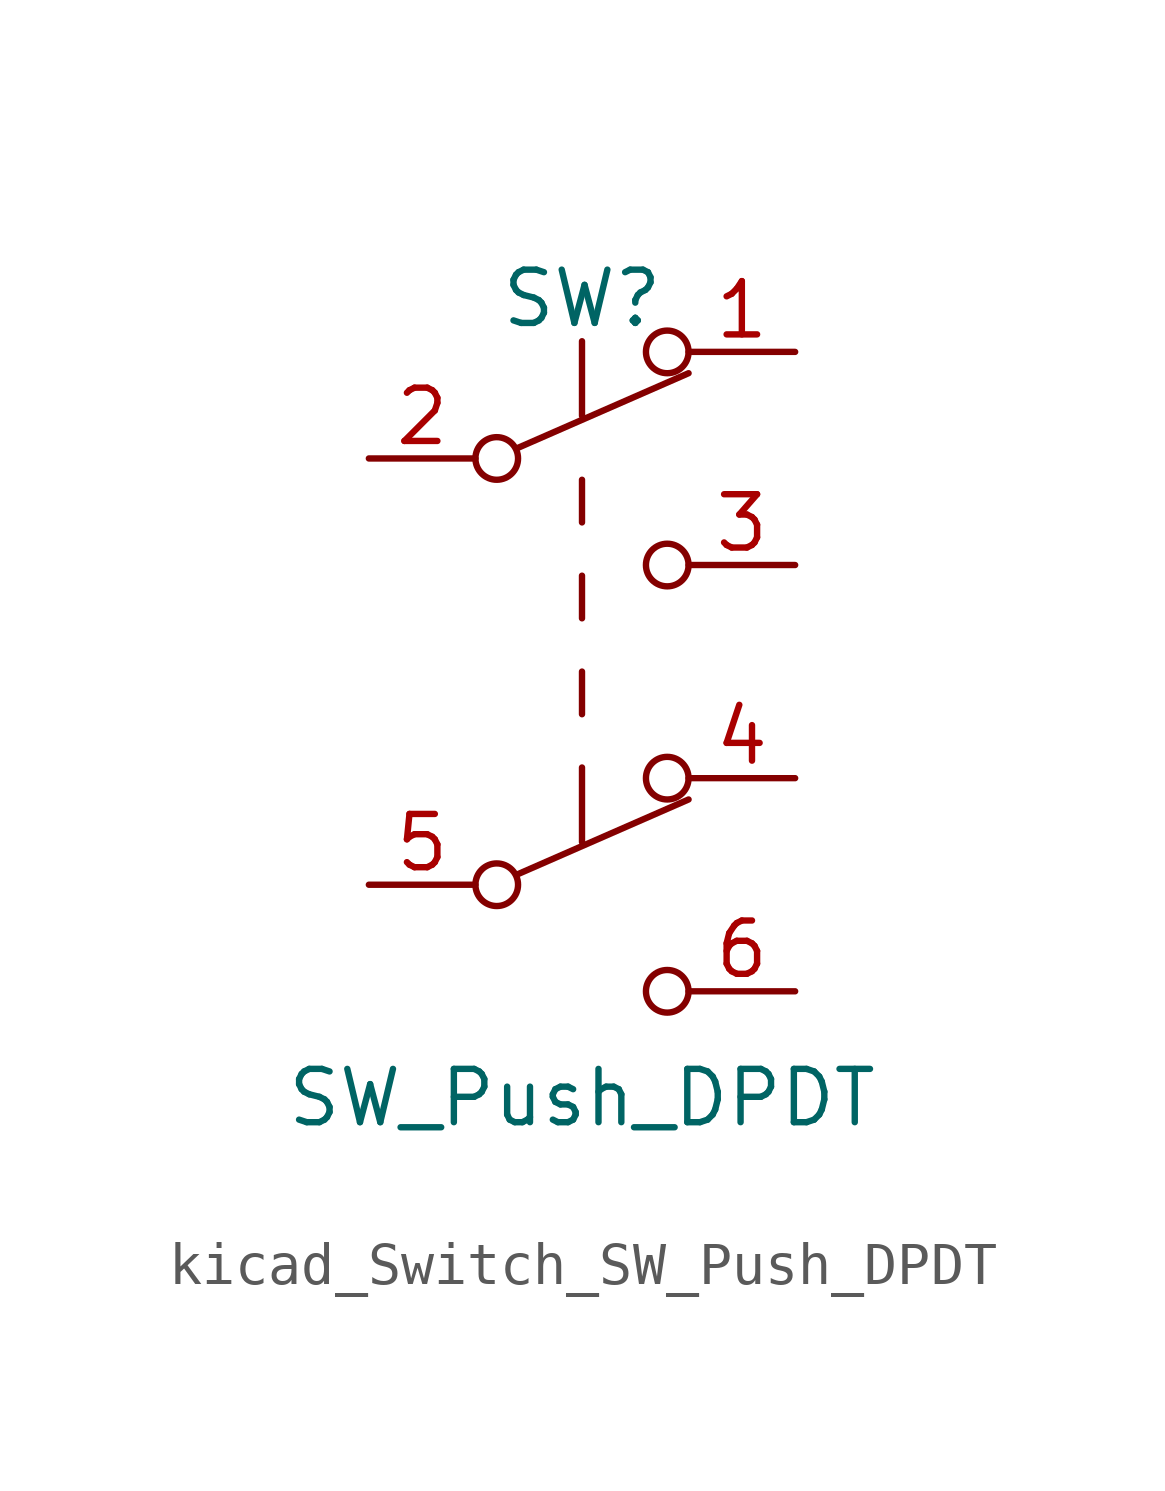
<source format=kicad_sym>
(kicad_symbol_lib
  (version 20220914)
  (generator kicad_symbol_editor)
  (symbol "kicad_Switch_SW_Push_DPDT"
    (pin_names
      (offset 0) hide)
    (property "Reference" "SW"
      (at 0 8.89 0)
      (effects (font (size 1.27 1.27))))
    (property "Value" "SW_Push_DPDT"
      (at 0 -10.16 0)
      (effects (font (size 1.27 1.27))))
    (symbol "kicad_Switch_SW_Push_DPDT_0_0"
      (circle (center -2.032 -5.08) (radius 0.508) (stroke (width 0) (type default)) (fill (type none)))
      (circle (center -2.032 5.08) (radius 0.508) (stroke (width 0) (type default)) (fill (type none)))
      (circle (center 2.032 -7.62) (radius 0.508) (stroke (width 0) (type default)) (fill (type none)))
      (circle (center 2.032 2.54) (radius 0.508) (stroke (width 0) (type default)) (fill (type none))))
    (symbol "kicad_Switch_SW_Push_DPDT_0_1"
      (polyline (pts (xy -1.524 -4.826) (xy 2.54 -3.048)) (stroke (width 0) (type default)) (fill (type none)))
      (polyline (pts (xy -1.524 5.334) (xy 2.54 7.112)) (stroke (width 0) (type default)) (fill (type none)))
      (polyline (pts (xy 0 -2.286) (xy 0 -4.064)) (stroke (width 0) (type default)) (fill (type none)))
      (polyline (pts (xy 0 -1.016) (xy 0 0)) (stroke (width 0) (type default)) (fill (type none)))
      (polyline (pts (xy 0 1.27) (xy 0 2.286)) (stroke (width 0) (type default)) (fill (type none)))
      (polyline (pts (xy 0 3.556) (xy 0 4.572)) (stroke (width 0) (type default)) (fill (type none)))
      (polyline (pts (xy 0 7.874) (xy 0 6.096)) (stroke (width 0) (type default)) (fill (type none)))
      (circle (center 2.032 -2.54) (radius 0.508) (stroke (width 0) (type default)) (fill (type none)))
      (circle (center 2.032 7.62) (radius 0.508) (stroke (width 0) (type default)) (fill (type none))))
    (symbol "kicad_Switch_SW_Push_DPDT_1_1"
      (pin passive line (at 5.08 7.62 180) (length 2.54) (name "A" (effects (font (size 1.27 1.27)))) (number "1" (effects (font (size 1.27 1.27)))))
      (pin passive line (at -5.08 5.08 0) (length 2.54) (name "B" (effects (font (size 1.27 1.27)))) (number "2" (effects (font (size 1.27 1.27)))))
      (pin passive line (at 5.08 2.54 180) (length 2.54) (name "C" (effects (font (size 1.27 1.27)))) (number "3" (effects (font (size 1.27 1.27)))))
      (pin passive line (at 5.08 -2.54 180) (length 2.54) (name "A" (effects (font (size 1.27 1.27)))) (number "4" (effects (font (size 1.27 1.27)))))
      (pin passive line (at -5.08 -5.08 0) (length 2.54) (name "B" (effects (font (size 1.27 1.27)))) (number "5" (effects (font (size 1.27 1.27)))))
      (pin passive line (at 5.08 -7.62 180) (length 2.54) (name "C" (effects (font (size 1.27 1.27)))) (number "6" (effects (font (size 1.27 1.27))))))))
</source>
